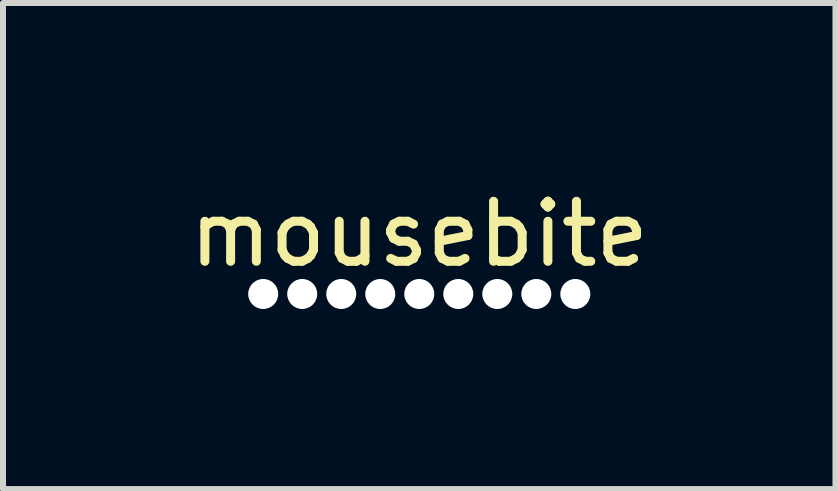
<source format=kicad_pcb>
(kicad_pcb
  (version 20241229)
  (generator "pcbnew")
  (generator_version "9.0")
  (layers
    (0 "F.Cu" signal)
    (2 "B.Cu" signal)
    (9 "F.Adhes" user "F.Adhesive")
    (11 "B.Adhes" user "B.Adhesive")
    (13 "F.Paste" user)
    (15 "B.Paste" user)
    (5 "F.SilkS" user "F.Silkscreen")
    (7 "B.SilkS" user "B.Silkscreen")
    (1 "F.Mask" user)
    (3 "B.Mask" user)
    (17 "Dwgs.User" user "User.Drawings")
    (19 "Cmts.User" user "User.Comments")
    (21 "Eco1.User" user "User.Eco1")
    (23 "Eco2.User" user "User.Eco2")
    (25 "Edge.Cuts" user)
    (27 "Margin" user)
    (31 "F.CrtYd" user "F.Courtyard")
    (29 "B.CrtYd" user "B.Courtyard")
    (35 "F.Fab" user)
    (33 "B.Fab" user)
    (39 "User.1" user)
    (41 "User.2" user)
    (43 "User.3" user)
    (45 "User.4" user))
  (footprint "mousebite"
    (layer "F.Cu")
    (at 3.935 1.848)
    (property "Reference" "mousebite" (at 0 -1 0) (layer "F.SilkS") (effects (font (size 1 1) (thickness 0.15))))
    (attr through_hole)
    (pad "" np_thru_hole circle (at -2.6 0) (size 0.5 0.5) (drill 0.5) (layers "*.Cu" "*.Mask"))
    (pad "" np_thru_hole circle (at -1.95 0) (size 0.5 0.5) (drill 0.5) (layers "*.Cu" "*.Mask"))
    (pad "" np_thru_hole circle (at -1.3 0) (size 0.5 0.5) (drill 0.5) (layers "*.Cu" "*.Mask"))
    (pad "" np_thru_hole circle (at -0.65 0) (size 0.5 0.5) (drill 0.5) (layers "*.Cu" "*.Mask"))
    (pad "" np_thru_hole circle (at 0 0) (size 0.5 0.5) (drill 0.5) (layers "*.Cu" "*.Mask"))
    (pad "" np_thru_hole circle (at 0.65 0) (size 0.5 0.5) (drill 0.5) (layers "*.Cu" "*.Mask"))
    (pad "" np_thru_hole circle (at 1.3 0) (size 0.5 0.5) (drill 0.5) (layers "*.Cu" "*.Mask"))
    (pad "" np_thru_hole circle (at 1.95 0) (size 0.5 0.5) (drill 0.5) (layers "*.Cu" "*.Mask"))
    (pad "" np_thru_hole circle (at 2.6 0) (size 0.5 0.5) (drill 0.5) (layers "*.Cu" "*.Mask")))
  (gr_rect
    (start -3 -3)
    (end 10.869 5.098)
    (stroke (width 0.1) (type default))
    (fill no)
    (layer "Edge.Cuts")))
</source>
